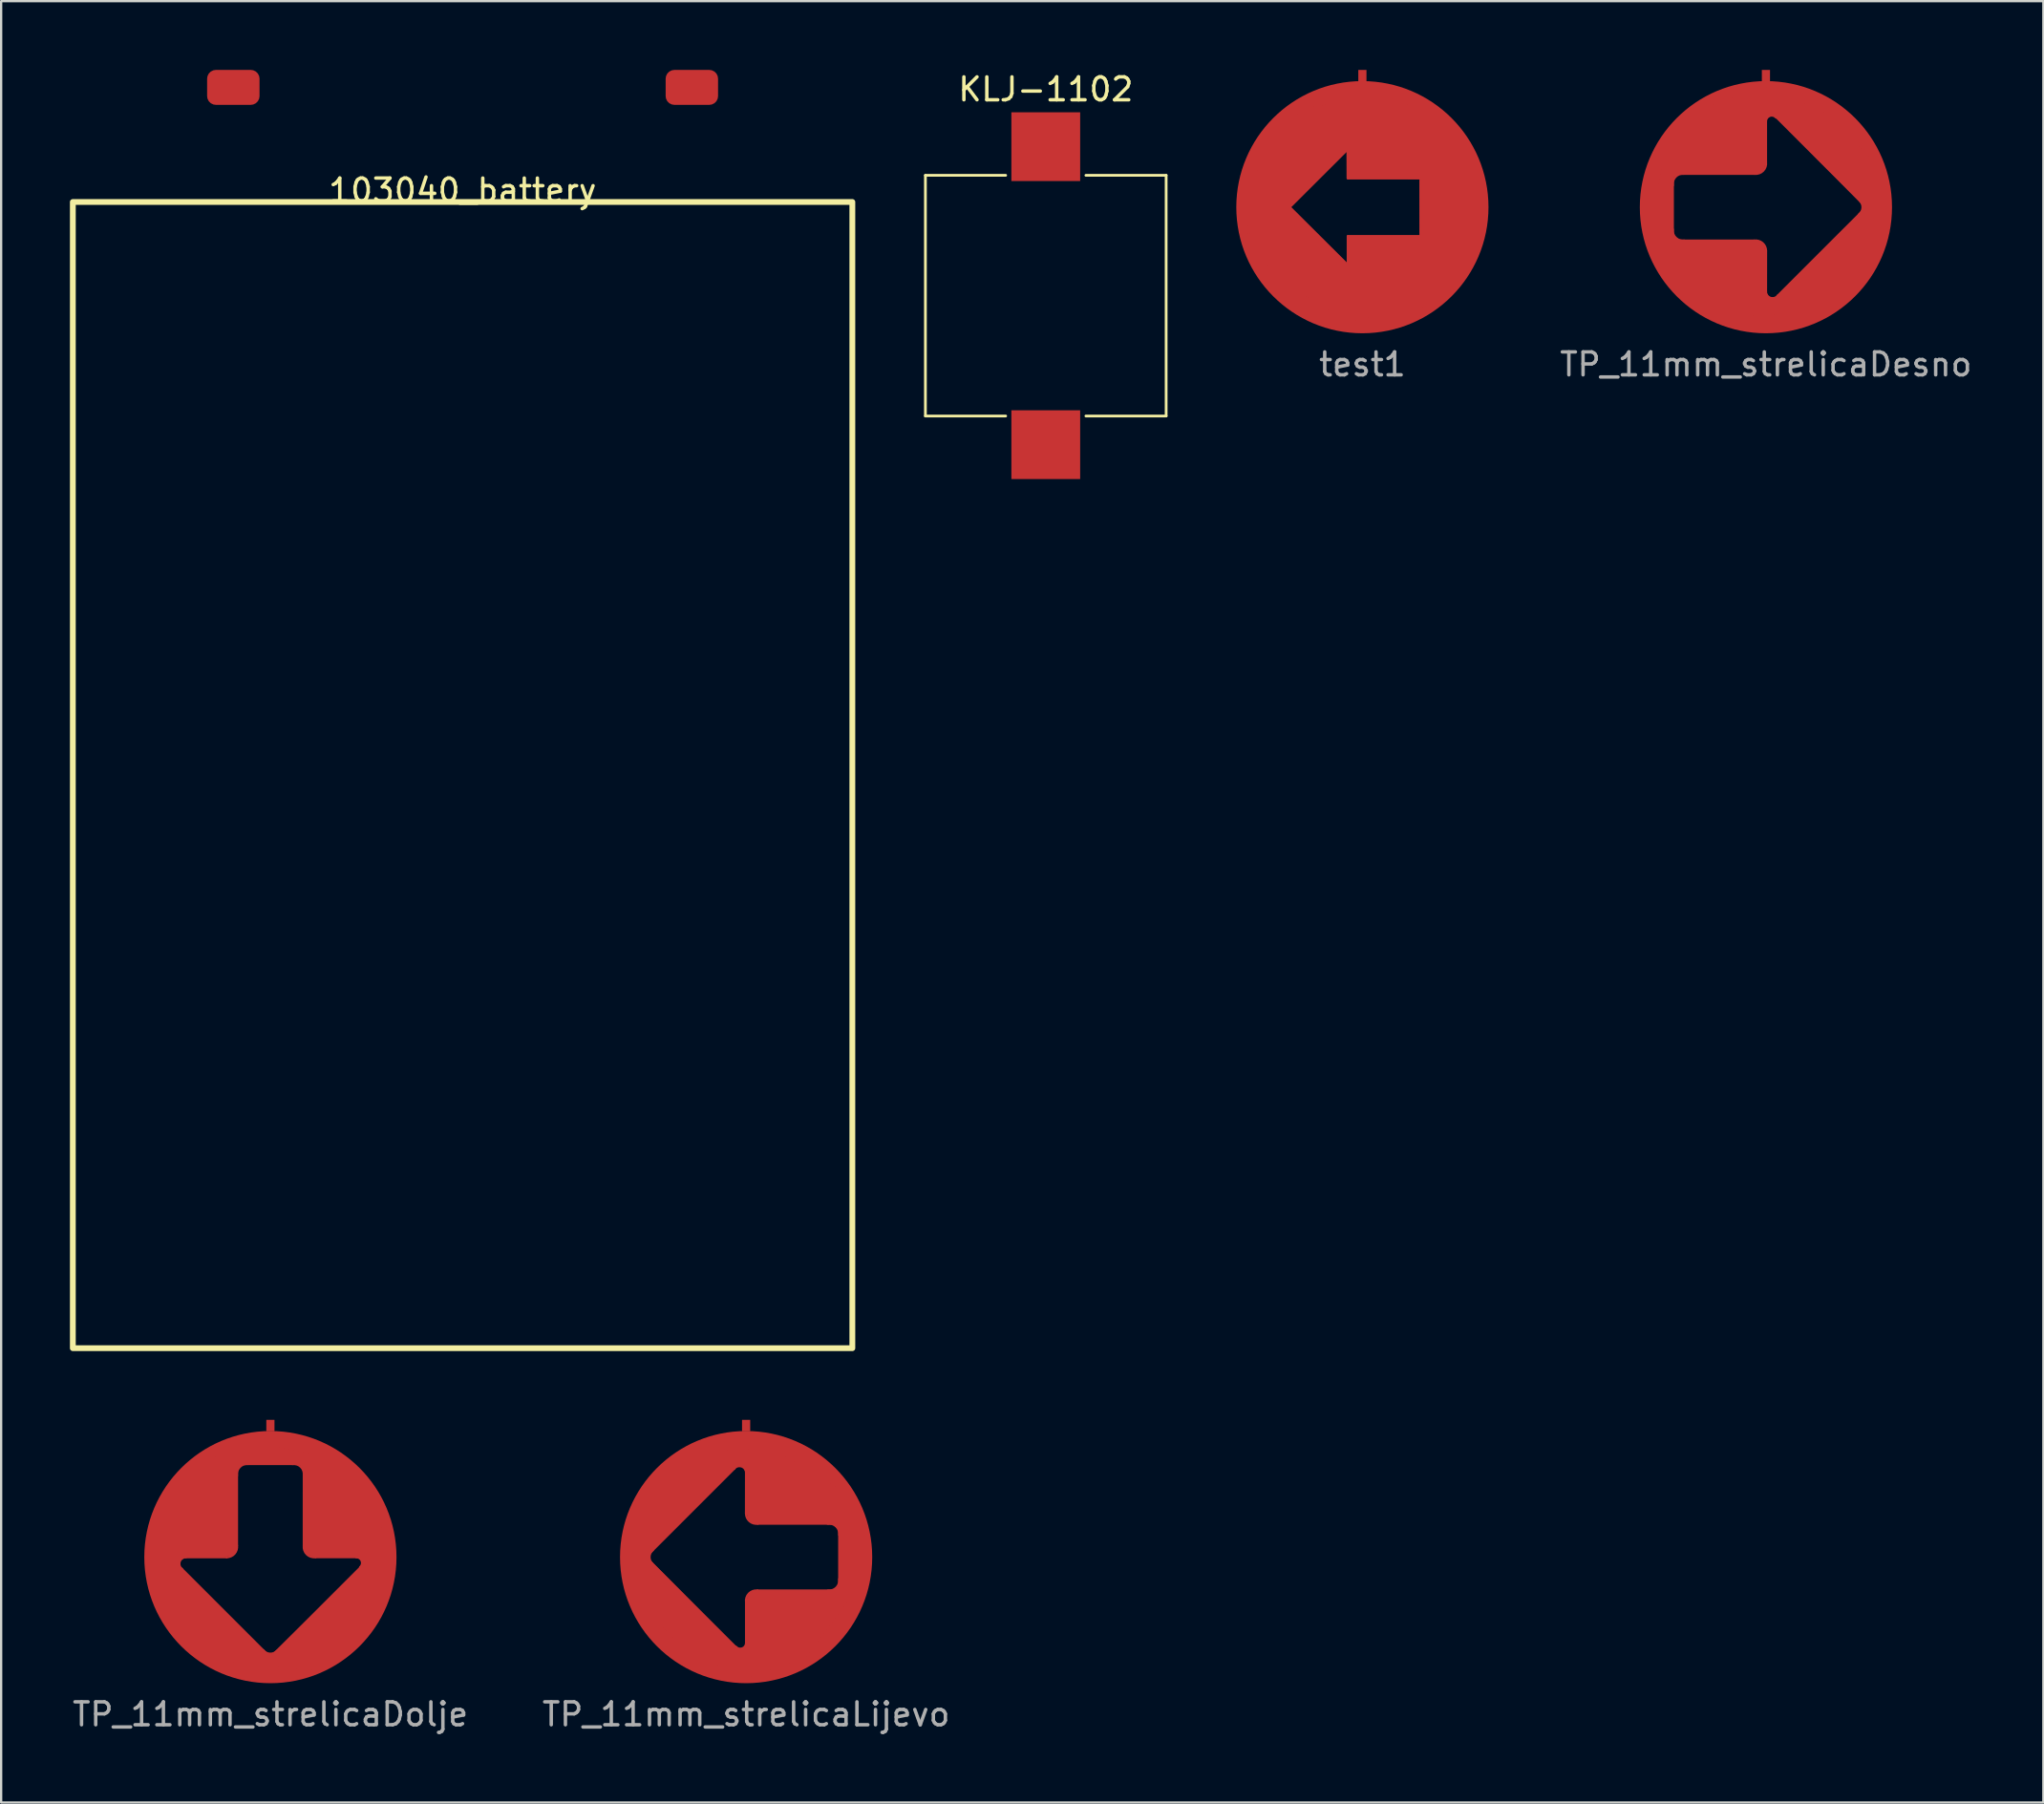
<source format=kicad_pcb>
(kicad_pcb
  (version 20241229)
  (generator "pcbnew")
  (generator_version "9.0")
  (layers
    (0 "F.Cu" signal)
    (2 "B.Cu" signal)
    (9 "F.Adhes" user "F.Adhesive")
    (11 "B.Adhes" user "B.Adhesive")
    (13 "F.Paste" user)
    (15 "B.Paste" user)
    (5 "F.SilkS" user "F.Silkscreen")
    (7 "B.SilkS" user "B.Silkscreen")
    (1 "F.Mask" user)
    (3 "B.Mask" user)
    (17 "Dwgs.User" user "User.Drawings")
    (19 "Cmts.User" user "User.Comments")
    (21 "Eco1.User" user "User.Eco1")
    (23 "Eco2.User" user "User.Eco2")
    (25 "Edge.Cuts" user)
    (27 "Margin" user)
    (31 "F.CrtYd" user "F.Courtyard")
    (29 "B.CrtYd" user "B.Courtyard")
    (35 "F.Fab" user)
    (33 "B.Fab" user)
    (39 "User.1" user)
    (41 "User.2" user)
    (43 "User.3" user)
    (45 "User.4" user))
  (footprint "test1"
    (layer "F.Cu")
    (at 56.374 5.988)
    (property "Reference" "test1" (at 0 6.858 0) (layer "F.Fab") (effects (font (size 1 1) (thickness 0.15))))
    (attr through_hole)
    (fp_line (start -3.175 0) (end -0.635 -2.54) (stroke (width 0.1) (type solid)) (layer "F.Cu"))
    (fp_line (start -0.635 -2.54) (end -0.635 -1.27) (stroke (width 0.1) (type solid)) (layer "F.Cu"))
    (fp_line (start -0.635 -1.27) (end 2.54 -1.27) (stroke (width 0.1) (type solid)) (layer "F.Cu"))
    (fp_line (start -0.635 1.27) (end -0.635 2.54) (stroke (width 0.1) (type solid)) (layer "F.Cu"))
    (fp_line (start -0.635 2.54) (end -3.175 0) (stroke (width 0.1) (type solid)) (layer "F.Cu"))
    (fp_line (start 2.54 -1.27) (end 2.54 1.27) (stroke (width 0.1) (type solid)) (layer "F.Cu"))
    (fp_line (start 2.54 1.27) (end -0.635 1.27) (stroke (width 0.1) (type solid)) (layer "F.Cu"))
    (fp_circle (center 0 0) (end 5 0) (stroke (width 1) (type solid)) (fill no) (layer "F.Cu"))
    (fp_poly (pts (xy 4.473 -1.046) (xy 2.598 -1.034) (xy 2.581 -1.339) (xy 2.583 -1.339) (xy 4.432 -1.438)) (stroke (width 0.1) (type solid)) (fill yes) (layer "F.Cu"))
    (fp_poly (pts (xy 1.717 -4.613) (xy 3.797 -2.987) (xy 5.039 -1.26) (xy -0.638 -1.265) (xy -0.643 -2.532) (xy -3.185 -0.003) (xy -0.627 2.537) (xy -0.625 1.273) (xy 2.545 1.273) (xy 2.54 -1.148) (xy 4.968 -1.118) (xy 4.745 1.595) (xy 3.543 3.376) (xy 2.184 4.714) (xy -0.551 4.915) (xy -3.764 3.279) (xy -4.958 1.257) (xy -4.829 -1.306) (xy -3.16 -3.99) (xy -0.721 -4.834)) (stroke (width 0.1) (type solid)) (fill yes) (layer "F.Cu"))
    (pad "1" smd rect (at 0 -5.738) (size 0.356 0.5) (layers "F.Cu")))
  (footprint "TP_11mm_strelicaDolje"
    (layer "F.Cu")
    (at 8.744 64.877)
    (property "Reference" "TP_11mm_strelicaDolje" (at 0 6.858 0) (layer "F.Fab") (effects (font (size 1 1) (thickness 0.15))))
    (attr through_hole)
    (fp_line (start -3.697 0.001) (end -1.905 0.003) (stroke (width 0.1) (type solid)) (layer "F.Cu"))
    (fp_line (start -1.46 -4.064) (end 1.46 -4.064) (stroke (width 0.1) (type solid)) (layer "F.Cu"))
    (fp_line (start -1.46 -0.508) (end -1.46 -4.064) (stroke (width 0.1) (type solid)) (layer "F.Cu"))
    (fp_line (start 0 4.381) (end -3.873 0.508) (stroke (width 0.1) (type solid)) (layer "F.Cu"))
    (fp_line (start 1.46 -4.064) (end 1.459 -0.494) (stroke (width 0.1) (type solid)) (layer "F.Cu"))
    (fp_line (start 1.968 0) (end 3.747 0) (stroke (width 0.1) (type solid)) (layer "F.Cu"))
    (fp_line (start 3.937 0.445) (end 0 4.381) (stroke (width 0.1) (type solid)) (layer "F.Cu"))
    (fp_arc (start -3.859585 0.520255) (mid -3.957703 0.196856) (end -3.683 0) (stroke (width 0.1) (type solid)) (layer "F.Cu"))
    (fp_arc (start -1.4605 -3.556) (mid -1.33842 -3.932002) (end -0.966415 -4.065767) (stroke (width 0.1) (type solid)) (layer "F.Cu"))
    (fp_arc (start -1.4605 -0.508) (mid -1.566551 -0.151574) (end -1.905 0.002499) (stroke (width 0.1) (type solid)) (layer "F.Cu"))
    (fp_arc (start 0.287508 4.097508) (mid -0.022485 4.215976) (end -0.3175 4.064) (stroke (width 0.1) (type solid)) (layer "F.Cu"))
    (fp_arc (start 0.9525 -4.064) (mid 1.328502 -3.94192) (end 1.462267 -3.569915) (stroke (width 0.1) (type solid)) (layer "F.Cu"))
    (fp_arc (start 1.9685 0) (mid 1.592498 -0.12208) (end 1.458733 -0.494085) (stroke (width 0.1) (type solid)) (layer "F.Cu"))
    (fp_arc (start 3.7465 0) (mid 3.983954 0.163824) (end 3.915103 0.443971) (stroke (width 0.1) (type solid)) (layer "F.Cu"))
    (fp_circle (center 0 0) (end 0 -5) (stroke (width 1) (type solid)) (fill no) (layer "F.Cu"))
    (fp_poly (pts (xy -1.206 -4.128) (xy -1.46 -3.81) (xy -1.46 -4.128)) (stroke (width 0.1) (type solid)) (fill yes) (layer "F.Cu"))
    (fp_poly (pts (xy 1.524 -4.128) (xy 1.524 -3.81) (xy 1.27 -4.128)) (stroke (width 0.1) (type solid)) (fill yes) (layer "F.Cu"))
    (fp_poly (pts (xy 0.064 -4.636) (xy 0.064 -4.064) (xy -1.587 -4.064) (xy -1.587 -4.636)) (stroke (width 0.01) (type solid)) (fill yes) (layer "F.Cu"))
    (fp_poly (pts (xy 0.064 4.255) (xy 0.064 4.445) (xy -0.127 4.445) (xy -0.127 4.255)) (stroke (width 0.1) (type solid)) (fill yes) (layer "F.Cu"))
    (fp_poly (pts (xy -2.985 -4.064) (xy -1.587 -4.826) (xy -1.46 -4.064) (xy -1.46 -0.318) (xy -1.651 -0.064) (xy -2.159 0) (xy -3.683 0) (xy -3.937 0.127) (xy -3.937 0.445) (xy -0.127 4.255) (xy 0.064 4.255) (xy 3.747 0.635) (xy 4 0.318) (xy 3.937 0.064) (xy 3.619 0) (xy 1.905 0) (xy 1.587 -0.127) (xy 1.46 -0.381) (xy 1.46 -4.064) (xy -0.064 -4.064) (xy -0.064 -4.889) (xy 1.841 -4.508) (xy 4.381 -2.603) (xy 5.271 -0.064) (xy 4.191 2.477) (xy 1.778 4.953) (xy -2.413 4.508) (xy -4.636 1.651) (xy -4.763 -1.079)) (stroke (width 0.01) (type solid)) (fill yes) (layer "F.Cu"))
    (pad "1" smd rect (at 0 -5.738) (size 0.356 0.5) (layers "F.Cu")))
  (footprint "TP_11mm_strelicaDesno"
    (layer "F.Cu")
    (at 73.975 5.988)
    (property "Reference" "TP_11mm_strelicaDesno" (at 0 6.858 0) (layer "F.Fab") (effects (font (size 1 1) (thickness 0.15))))
    (attr through_hole)
    (fp_line (start -4.064 -1.46) (end -0.494 -1.459) (stroke (width 0.1) (type solid)) (layer "F.Cu"))
    (fp_line (start -4.064 1.46) (end -4.064 -1.46) (stroke (width 0.1) (type solid)) (layer "F.Cu"))
    (fp_line (start -0.508 1.46) (end -4.064 1.46) (stroke (width 0.1) (type solid)) (layer "F.Cu"))
    (fp_line (start 0 -1.968) (end 0 -3.747) (stroke (width 0.1) (type solid)) (layer "F.Cu"))
    (fp_line (start 0.001 3.697) (end 0.003 1.905) (stroke (width 0.1) (type solid)) (layer "F.Cu"))
    (fp_line (start 0.445 -3.937) (end 4.381 0) (stroke (width 0.1) (type solid)) (layer "F.Cu"))
    (fp_line (start 4.381 0) (end 0.508 3.873) (stroke (width 0.1) (type solid)) (layer "F.Cu"))
    (fp_arc (start -4.064 -0.9525) (mid -3.94192 -1.328502) (end -3.569915 -1.462267) (stroke (width 0.1) (type solid)) (layer "F.Cu"))
    (fp_arc (start -3.556 1.4605) (mid -3.932002 1.33842) (end -4.065767 0.966415) (stroke (width 0.1) (type solid)) (layer "F.Cu"))
    (fp_arc (start -0.508 1.4605) (mid -0.151574 1.566551) (end 0.002499 1.905) (stroke (width 0.1) (type solid)) (layer "F.Cu"))
    (fp_arc (start 0 -3.7465) (mid 0.163824 -3.983954) (end 0.443971 -3.915103) (stroke (width 0.1) (type solid)) (layer "F.Cu"))
    (fp_arc (start 0 -1.9685) (mid -0.12208 -1.592498) (end -0.494085 -1.458733) (stroke (width 0.1) (type solid)) (layer "F.Cu"))
    (fp_arc (start 0.520255 3.859585) (mid 0.196856 3.957703) (end 0 3.683) (stroke (width 0.1) (type solid)) (layer "F.Cu"))
    (fp_arc (start 4.097508 -0.287508) (mid 4.215976 0.022485) (end 4.064 0.3175) (stroke (width 0.1) (type solid)) (layer "F.Cu"))
    (fp_circle (center 0 0) (end -5 0) (stroke (width 1) (type solid)) (fill no) (layer "F.Cu"))
    (fp_poly (pts (xy -4.128 -1.524) (xy -3.81 -1.524) (xy -4.128 -1.27)) (stroke (width 0.1) (type solid)) (fill yes) (layer "F.Cu"))
    (fp_poly (pts (xy -4.128 1.206) (xy -3.81 1.46) (xy -4.128 1.46)) (stroke (width 0.1) (type solid)) (fill yes) (layer "F.Cu"))
    (fp_poly (pts (xy -4.636 -0.064) (xy -4.064 -0.064) (xy -4.064 1.587) (xy -4.636 1.587)) (stroke (width 0.01) (type solid)) (fill yes) (layer "F.Cu"))
    (fp_poly (pts (xy 4.255 -0.064) (xy 4.445 -0.064) (xy 4.445 0.127) (xy 4.255 0.127)) (stroke (width 0.1) (type solid)) (fill yes) (layer "F.Cu"))
    (fp_poly (pts (xy -4.064 2.985) (xy -4.826 1.587) (xy -4.064 1.46) (xy -0.318 1.46) (xy -0.064 1.651) (xy 0 2.159) (xy 0 3.683) (xy 0.127 3.937) (xy 0.445 3.937) (xy 4.255 0.127) (xy 4.255 -0.064) (xy 0.635 -3.747) (xy 0.318 -4) (xy 0.064 -3.937) (xy 0 -3.619) (xy 0 -1.905) (xy -0.127 -1.587) (xy -0.381 -1.46) (xy -4.064 -1.46) (xy -4.064 0.064) (xy -4.889 0.064) (xy -4.508 -1.841) (xy -2.603 -4.381) (xy -0.064 -5.271) (xy 2.477 -4.191) (xy 4.953 -1.778) (xy 4.508 2.413) (xy 1.651 4.636) (xy -1.079 4.763)) (stroke (width 0.01) (type solid)) (fill yes) (layer "F.Cu"))
    (pad "1" smd rect (at 0 -5.738) (size 0.356 0.5) (layers "F.Cu")))
  (footprint "KLJ-1102"
    (layer "F.Cu")
    (at 42.564 9.848)
    (property "Reference" "KLJ-1102" (at 0 -9 0) (unlocked yes) (layer "F.SilkS") (effects (font (size 1 1) (thickness 0.15))))
    (attr smd)
    (fp_line (start -5.25 -5.25) (end -5.25 5.25) (stroke (width 0.12) (type solid)) (layer "F.SilkS"))
    (fp_line (start -5.25 5.25) (end -1.75 5.25) (stroke (width 0.12) (type solid)) (layer "F.SilkS"))
    (fp_line (start -1.75 -5.25) (end -5.25 -5.25) (stroke (width 0.12) (type solid)) (layer "F.SilkS"))
    (fp_line (start 1.75 -5.25) (end 5.25 -5.25) (stroke (width 0.12) (type solid)) (layer "F.SilkS"))
    (fp_line (start 5.25 -5.25) (end 5.25 5.25) (stroke (width 0.12) (type solid)) (layer "F.SilkS"))
    (fp_line (start 5.25 5.25) (end 1.75 5.25) (stroke (width 0.12) (type solid)) (layer "F.SilkS"))
    (pad "1" smd rect (at 0 -6.5) (size 3 3) (layers "F.Cu" "F.Mask" "F.Paste"))
    (pad "2" smd rect (at 0 6.5) (size 3 3) (layers "F.Cu" "F.Mask" "F.Paste")))
  (footprint "103040_battery"
    (layer "F.Cu")
    (at 17.127 5.762)
    (property "Reference" "103040_battery" (at 0 -0.5 0) (unlocked yes) (layer "F.SilkS") (effects (font (size 1 1) (thickness 0.15))))
    (attr smd)
    (fp_rect (start -17 0) (end 17 50) (stroke (width 0.254) (type solid)) (fill no) (layer "F.SilkS"))
    (pad "1" smd roundrect (at -10 -5) (size 2.286 1.524) (layers "F.Cu" "F.Mask" "F.Paste") (roundrect_rratio 0.25))
    (pad "2" smd roundrect (at 10 -5) (size 2.286 1.524) (layers "F.Cu" "F.Mask" "F.Paste") (roundrect_rratio 0.25)))
  (footprint "TP_11mm_strelicaLijevo"
    (layer "F.Cu")
    (at 29.494 64.877)
    (property "Reference" "TP_11mm_strelicaLijevo" (at 0 6.858 0) (layer "F.Fab") (effects (font (size 1 1) (thickness 0.15))))
    (attr through_hole)
    (fp_line (start -4.381 0) (end -0.508 -3.873) (stroke (width 0.1) (type solid)) (layer "F.Cu"))
    (fp_line (start -0.445 3.937) (end -4.381 0) (stroke (width 0.1) (type solid)) (layer "F.Cu"))
    (fp_line (start -0.001 -3.697) (end -0.003 -1.905) (stroke (width 0.1) (type solid)) (layer "F.Cu"))
    (fp_line (start 0 1.968) (end 0 3.747) (stroke (width 0.1) (type solid)) (layer "F.Cu"))
    (fp_line (start 0.508 -1.46) (end 4.064 -1.46) (stroke (width 0.1) (type solid)) (layer "F.Cu"))
    (fp_line (start 4.064 -1.46) (end 4.064 1.46) (stroke (width 0.1) (type solid)) (layer "F.Cu"))
    (fp_line (start 4.064 1.46) (end 0.494 1.459) (stroke (width 0.1) (type solid)) (layer "F.Cu"))
    (fp_arc (start -4.097508 0.287508) (mid -4.215976 -0.022485) (end -4.064 -0.3175) (stroke (width 0.1) (type solid)) (layer "F.Cu"))
    (fp_arc (start -0.520255 -3.859585) (mid -0.196856 -3.957703) (end 0 -3.683) (stroke (width 0.1) (type solid)) (layer "F.Cu"))
    (fp_arc (start 0 1.9685) (mid 0.12208 1.592498) (end 0.494085 1.458733) (stroke (width 0.1) (type solid)) (layer "F.Cu"))
    (fp_arc (start 0 3.7465) (mid -0.163824 3.983954) (end -0.443971 3.915103) (stroke (width 0.1) (type solid)) (layer "F.Cu"))
    (fp_arc (start 0.508 -1.4605) (mid 0.151574 -1.566551) (end -0.002499 -1.905) (stroke (width 0.1) (type solid)) (layer "F.Cu"))
    (fp_arc (start 3.556 -1.4605) (mid 3.932002 -1.33842) (end 4.065767 -0.966415) (stroke (width 0.1) (type solid)) (layer "F.Cu"))
    (fp_arc (start 4.064 0.9525) (mid 3.94192 1.328502) (end 3.569915 1.462267) (stroke (width 0.1) (type solid)) (layer "F.Cu"))
    (fp_circle (center 0 0) (end 5 0) (stroke (width 1) (type solid)) (fill no) (layer "F.Cu"))
    (fp_poly (pts (xy 4.128 -1.206) (xy 3.81 -1.46) (xy 4.128 -1.46)) (stroke (width 0.1) (type solid)) (fill yes) (layer "F.Cu"))
    (fp_poly (pts (xy 4.128 1.524) (xy 3.81 1.524) (xy 4.128 1.27)) (stroke (width 0.1) (type solid)) (fill yes) (layer "F.Cu"))
    (fp_poly (pts (xy -4.255 0.064) (xy -4.445 0.064) (xy -4.445 -0.127) (xy -4.255 -0.127)) (stroke (width 0.1) (type solid)) (fill yes) (layer "F.Cu"))
    (fp_poly (pts (xy 4.636 0.064) (xy 4.064 0.064) (xy 4.064 -1.587) (xy 4.636 -1.587)) (stroke (width 0.01) (type solid)) (fill yes) (layer "F.Cu"))
    (fp_poly (pts (xy 4.064 -2.985) (xy 4.826 -1.587) (xy 4.064 -1.46) (xy 0.318 -1.46) (xy 0.064 -1.651) (xy 0 -2.159) (xy 0 -3.683) (xy -0.127 -3.937) (xy -0.445 -3.937) (xy -4.255 -0.127) (xy -4.255 0.064) (xy -0.635 3.747) (xy -0.318 4) (xy -0.064 3.937) (xy 0 3.619) (xy 0 1.905) (xy 0.127 1.587) (xy 0.381 1.46) (xy 4.064 1.46) (xy 4.064 -0.064) (xy 4.889 -0.064) (xy 4.508 1.841) (xy 2.603 4.381) (xy 0.064 5.271) (xy -2.477 4.191) (xy -4.953 1.778) (xy -4.508 -2.413) (xy -1.651 -4.636) (xy 1.079 -4.763)) (stroke (width 0.01) (type solid)) (fill yes) (layer "F.Cu"))
    (pad "1" smd rect (at 0 -5.738) (size 0.356 0.5) (layers "F.Cu")))
  (gr_rect
    (start -3 -3)
    (end 86.076 75.583)
    (stroke (width 0.1) (type default))
    (fill no)
    (layer "Edge.Cuts")))
</source>
